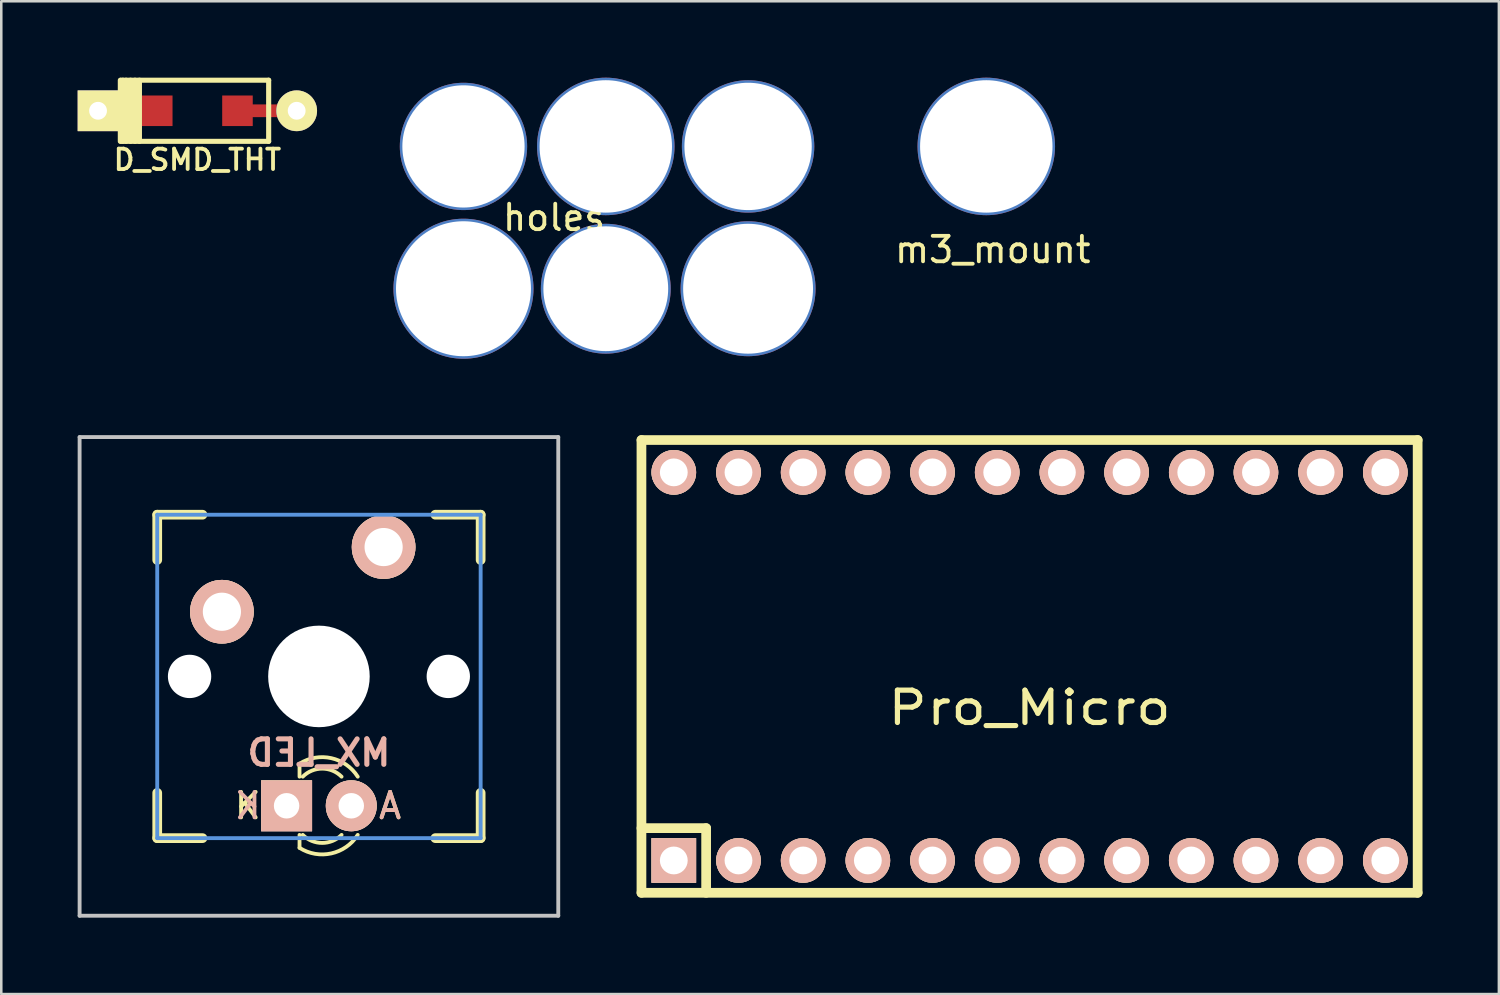
<source format=kicad_pcb>
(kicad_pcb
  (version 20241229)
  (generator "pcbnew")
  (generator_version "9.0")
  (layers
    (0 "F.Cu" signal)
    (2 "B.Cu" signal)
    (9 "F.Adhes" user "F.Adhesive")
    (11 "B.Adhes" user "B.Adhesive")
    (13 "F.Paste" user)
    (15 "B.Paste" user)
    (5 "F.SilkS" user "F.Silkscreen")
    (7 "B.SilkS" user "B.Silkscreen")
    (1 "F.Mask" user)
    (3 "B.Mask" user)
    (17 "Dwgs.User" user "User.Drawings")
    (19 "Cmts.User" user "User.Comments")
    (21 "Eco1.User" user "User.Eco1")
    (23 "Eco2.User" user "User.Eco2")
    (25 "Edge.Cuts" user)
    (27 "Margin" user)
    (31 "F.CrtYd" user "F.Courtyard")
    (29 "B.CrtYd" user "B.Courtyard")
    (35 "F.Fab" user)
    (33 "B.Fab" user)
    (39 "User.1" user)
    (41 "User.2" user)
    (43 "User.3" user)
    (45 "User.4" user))
  (footprint "m3_mount"
    (layer "F.Cu")
    (at 35.934 6.256)
    (property "Reference" "m3_mount" (at 0 0.5 0) (layer "F.SilkS") (effects (font (size 1 1) (thickness 0.15))))
    (attr through_hole)
    (pad "1" thru_hole circle (at -0.254 -3.556) (size 5.4 5.4) (drill 5.2) (layers "*.Cu" "*.Mask")))
  (footprint "D_SMD_THT"
    (layer "F.Cu")
    (at 4.7 1.3)
    (property "Reference" "D_SMD_THT" (at 0 1.925 0) (layer "F.SilkS") (effects (font (size 0.8 0.8) (thickness 0.15))))
    (attr smd)
    (fp_line (start -3.025 1.2) (end -3.025 -1.2) (stroke (width 0.2) (type solid)) (layer "F.SilkS"))
    (fp_line (start -3 -1.2) (end 2.8 -1.2) (stroke (width 0.2) (type solid)) (layer "F.SilkS"))
    (fp_line (start -2.925 -1.2) (end -2.925 1.2) (stroke (width 0.2) (type solid)) (layer "F.SilkS"))
    (fp_line (start -2.8 -1.2) (end -2.8 1.2) (stroke (width 0.2) (type solid)) (layer "F.SilkS"))
    (fp_line (start -2.625 -1.2) (end -2.625 1.2) (stroke (width 0.2) (type solid)) (layer "F.SilkS"))
    (fp_line (start -2.45 -1.2) (end -2.45 1.2) (stroke (width 0.2) (type solid)) (layer "F.SilkS"))
    (fp_line (start -2.275 -1.2) (end -2.275 1.2) (stroke (width 0.2) (type solid)) (layer "F.SilkS"))
    (fp_line (start 2.8 -1.2) (end 2.8 1.2) (stroke (width 0.2) (type solid)) (layer "F.SilkS"))
    (fp_line (start 2.8 1.2) (end -3 1.2) (stroke (width 0.2) (type solid)) (layer "F.SilkS"))
    (pad "1" thru_hole rect (at -3.9 0) (size 1.6 1.6) (drill 0.7) (layers "*.Cu" "*.Mask" "F.SilkS"))
    (pad "1" smd rect (at -2.7 0) (size 2.5 0.5) (layers "F.Cu"))
    (pad "1" smd rect (at -1.575 0) (size 1.2 1.2) (layers "F.Cu" "F.Mask" "F.Paste"))
    (pad "2" smd rect (at 1.575 0) (size 1.2 1.2) (layers "F.Cu" "F.Mask" "F.Paste"))
    (pad "2" smd rect (at 2.7 0) (size 2.5 0.5) (layers "F.Cu"))
    (pad "2" thru_hole circle (at 3.9 0) (size 1.6 1.6) (drill 0.7) (layers "*.Cu" "*.Mask" "F.SilkS")))
  (footprint "MX_LED"
    (layer "F.Cu")
    (at 9.474 23.512)
    (property "Reference" "MX_LED" (at 0 3 0) (layer "B.SilkS") (effects (font (size 1 1) (thickness 0.2)) (justify mirror)))
    (attr through_hole)
    (fp_line (start -6.35 -6.35) (end -4.572 -6.35) (stroke (width 0.381) (type solid)) (layer "F.SilkS"))
    (fp_line (start -6.35 -4.572) (end -6.35 -6.35) (stroke (width 0.381) (type solid)) (layer "F.SilkS"))
    (fp_line (start -6.35 6.35) (end -6.35 4.572) (stroke (width 0.381) (type solid)) (layer "F.SilkS"))
    (fp_line (start -4.572 6.35) (end -6.35 6.35) (stroke (width 0.381) (type solid)) (layer "F.SilkS"))
    (fp_line (start -0.762 3.429) (end -0.762 3.937) (stroke (width 0.15) (type solid)) (layer "F.SilkS"))
    (fp_line (start -0.762 6.35) (end -0.762 6.223) (stroke (width 0.15) (type solid)) (layer "F.SilkS"))
    (fp_line (start -0.762 6.731) (end -0.762 6.35) (stroke (width 0.15) (type solid)) (layer "F.SilkS"))
    (fp_line (start 4.572 -6.35) (end 6.35 -6.35) (stroke (width 0.381) (type solid)) (layer "F.SilkS"))
    (fp_line (start 6.35 -6.35) (end 6.35 -4.572) (stroke (width 0.381) (type solid)) (layer "F.SilkS"))
    (fp_line (start 6.35 4.572) (end 6.35 6.35) (stroke (width 0.381) (type solid)) (layer "F.SilkS"))
    (fp_line (start 6.35 6.35) (end 4.572 6.35) (stroke (width 0.381) (type solid)) (layer "F.SilkS"))
    (fp_arc (start -0.762 3.429) (mid 0.48621 3.209554) (end 1.524 3.937) (stroke (width 0.15) (type solid)) (layer "F.SilkS"))
    (fp_arc (start -0.635 3.937) (mid 0.127 3.621369) (end 0.889 3.937) (stroke (width 0.15) (type solid)) (layer "F.SilkS"))
    (fp_arc (start 0.889 6.223) (mid 0.127 6.538631) (end -0.635 6.223) (stroke (width 0.15) (type solid)) (layer "F.SilkS"))
    (fp_arc (start 1.524 6.223) (mid 0.48621 6.950446) (end -0.762 6.731) (stroke (width 0.15) (type solid)) (layer "F.SilkS"))
    (fp_line (start -9.398 -9.398) (end 9.398 -9.398) (stroke (width 0.152) (type solid)) (layer "Dwgs.User"))
    (fp_line (start -9.398 9.398) (end -9.398 -9.398) (stroke (width 0.152) (type solid)) (layer "Dwgs.User"))
    (fp_line (start 9.398 -9.398) (end 9.398 9.398) (stroke (width 0.152) (type solid)) (layer "Dwgs.User"))
    (fp_line (start 9.398 9.398) (end -9.398 9.398) (stroke (width 0.152) (type solid)) (layer "Dwgs.User"))
    (fp_line (start -6.35 -6.35) (end 6.35 -6.35) (stroke (width 0.152) (type solid)) (layer "Cmts.User"))
    (fp_line (start -6.35 6.35) (end -6.35 -6.35) (stroke (width 0.152) (type solid)) (layer "Cmts.User"))
    (fp_line (start 6.35 -6.35) (end 6.35 6.35) (stroke (width 0.152) (type solid)) (layer "Cmts.User"))
    (fp_line (start 6.35 6.35) (end -6.35 6.35) (stroke (width 0.152) (type solid)) (layer "Cmts.User"))
    (fp_line (start -6.985 -6.985) (end 6.985 -6.985) (stroke (width 0.152) (type solid)) (layer "Eco2.User"))
    (fp_line (start -6.985 6.985) (end -6.985 -6.985) (stroke (width 0.152) (type solid)) (layer "Eco2.User"))
    (fp_line (start 6.985 -6.985) (end 6.985 6.985) (stroke (width 0.152) (type solid)) (layer "Eco2.User"))
    (fp_line (start 6.985 6.985) (end -6.985 6.985) (stroke (width 0.152) (type solid)) (layer "Eco2.User"))
    (fp_text user "K" (at -2.794 5.08 0) (layer "F.SilkS") (effects (font (size 1 1) (thickness 0.15))))
    (fp_text user "A" (at 2.794 5.08 0) (layer "F.SilkS") (effects (font (size 1 1) (thickness 0.15))))
    (fp_text user "K" (at -2.794 5.08 0) (layer "B.SilkS") (effects (font (size 1 1) (thickness 0.15)) (justify mirror)))
    (fp_text user "A" (at 2.794 5.08 0) (layer "B.SilkS") (effects (font (size 1 1) (thickness 0.15)) (justify mirror)))
    (pad "" np_thru_hole circle (at -5.08 0) (size 1.702 1.702) (drill 1.702) (layers "*.Cu"))
    (pad "" np_thru_hole circle (at 0 0) (size 3.988 3.988) (drill 3.988) (layers "*.Cu"))
    (pad "" np_thru_hole circle (at 5.08 0) (size 1.702 1.702) (drill 1.702) (layers "*.Cu"))
    (pad "A" thru_hole circle (at 1.27 5.08) (size 2 2) (drill 1) (layers "*.Cu" "*.SilkS" "*.Mask"))
    (pad "K" thru_hole rect (at -1.27 5.08) (size 2 2) (drill 1) (layers "*.Cu" "*.SilkS" "*.Mask"))
    (pad "SW1" thru_hole circle (at -3.81 -2.54) (size 2.5 2.5) (drill 1.499) (layers "*.Cu" "*.SilkS" "*.Mask"))
    (pad "SW2" thru_hole circle (at 2.54 -5.08) (size 2.5 2.5) (drill 1.499) (layers "*.Cu" "*.SilkS" "*.Mask")))
  (footprint "holes"
    (layer "F.Cu")
    (at 17.436 6.764)
    (property "Reference" "holes" (at 1.27 -1.27 0) (layer "F.SilkS") (effects (font (size 1 1) (thickness 0.15))))
    (attr through_hole)
    (pad "1" thru_hole circle (at -2.286 -4.064) (size 5 5) (drill 4.8) (layers "*.Cu" "*.Mask"))
    (pad "2" thru_hole circle (at 3.302 1.524) (size 5.1 5.1) (drill 4.9) (layers "*.Cu" "*.Mask"))
    (pad "3" thru_hole circle (at 8.89 -4.064) (size 5.2 5.2) (drill 5) (layers "*.Cu" "*.Mask"))
    (pad "4" thru_hole circle (at 8.89 1.524) (size 5.3 5.3) (drill 5.1) (layers "*.Cu" "*.Mask"))
    (pad "5" thru_hole circle (at 3.302 -4.064) (size 5.4 5.4) (drill 5.2) (layers "*.Cu" "*.Mask"))
    (pad "6" thru_hole circle (at -2.286 1.524) (size 5.5 5.5) (drill 5.3) (layers "*.Cu" "*.Mask")))
  (footprint "Pro_Micro"
    (layer "F.Cu")
    (at 37.379 23.119)
    (property "Reference" "Pro_Micro" (at 0 1.625 0) (layer "F.SilkS") (effects (font (size 1.27 1.524) (thickness 0.203))))
    (attr through_hole)
    (fp_line (start -15.24 -8.89) (end -15.24 8.89) (stroke (width 0.381) (type solid)) (layer "F.SilkS"))
    (fp_line (start -15.24 6.35) (end -12.7 6.35) (stroke (width 0.381) (type solid)) (layer "F.SilkS"))
    (fp_line (start -15.24 8.89) (end 15.24 8.89) (stroke (width 0.381) (type solid)) (layer "F.SilkS"))
    (fp_line (start -12.7 6.35) (end -12.7 8.89) (stroke (width 0.381) (type solid)) (layer "F.SilkS"))
    (fp_line (start 15.24 -8.89) (end -15.24 -8.89) (stroke (width 0.381) (type solid)) (layer "F.SilkS"))
    (fp_line (start 15.24 8.89) (end 15.24 -8.89) (stroke (width 0.381) (type solid)) (layer "F.SilkS"))
    (pad "1" thru_hole rect (at -13.97 7.62) (size 1.753 1.753) (drill 1.092) (layers "*.Cu" "*.SilkS" "*.Mask"))
    (pad "2" thru_hole circle (at -11.43 7.62) (size 1.753 1.753) (drill 1.092) (layers "*.Cu" "*.SilkS" "*.Mask"))
    (pad "3" thru_hole circle (at -8.89 7.62) (size 1.753 1.753) (drill 1.092) (layers "*.Cu" "*.SilkS" "*.Mask"))
    (pad "4" thru_hole circle (at -6.35 7.62) (size 1.753 1.753) (drill 1.092) (layers "*.Cu" "*.SilkS" "*.Mask"))
    (pad "5" thru_hole circle (at -3.81 7.62) (size 1.753 1.753) (drill 1.092) (layers "*.Cu" "*.SilkS" "*.Mask"))
    (pad "6" thru_hole circle (at -1.27 7.62) (size 1.753 1.753) (drill 1.092) (layers "*.Cu" "*.SilkS" "*.Mask"))
    (pad "7" thru_hole circle (at 1.27 7.62) (size 1.753 1.753) (drill 1.092) (layers "*.Cu" "*.SilkS" "*.Mask"))
    (pad "8" thru_hole circle (at 3.81 7.62) (size 1.753 1.753) (drill 1.092) (layers "*.Cu" "*.SilkS" "*.Mask"))
    (pad "9" thru_hole circle (at 6.35 7.62) (size 1.753 1.753) (drill 1.092) (layers "*.Cu" "*.SilkS" "*.Mask"))
    (pad "10" thru_hole circle (at 8.89 7.62) (size 1.753 1.753) (drill 1.092) (layers "*.Cu" "*.SilkS" "*.Mask"))
    (pad "11" thru_hole circle (at 11.43 7.62) (size 1.753 1.753) (drill 1.092) (layers "*.Cu" "*.SilkS" "*.Mask"))
    (pad "12" thru_hole circle (at 13.97 7.62) (size 1.753 1.753) (drill 1.092) (layers "*.Cu" "*.SilkS" "*.Mask"))
    (pad "13" thru_hole circle (at -13.97 -7.62) (size 1.753 1.753) (drill 1.092) (layers "*.Cu" "*.SilkS" "*.Mask"))
    (pad "14" thru_hole circle (at -11.43 -7.62) (size 1.753 1.753) (drill 1.092) (layers "*.Cu" "*.SilkS" "*.Mask"))
    (pad "15" thru_hole circle (at -8.89 -7.62) (size 1.753 1.753) (drill 1.092) (layers "*.Cu" "*.SilkS" "*.Mask"))
    (pad "16" thru_hole circle (at -6.35 -7.62) (size 1.753 1.753) (drill 1.092) (layers "*.Cu" "*.SilkS" "*.Mask"))
    (pad "17" thru_hole circle (at -3.81 -7.62) (size 1.753 1.753) (drill 1.092) (layers "*.Cu" "*.SilkS" "*.Mask"))
    (pad "18" thru_hole circle (at -1.27 -7.62) (size 1.753 1.753) (drill 1.092) (layers "*.Cu" "*.SilkS" "*.Mask"))
    (pad "19" thru_hole circle (at 1.27 -7.62) (size 1.753 1.753) (drill 1.092) (layers "*.Cu" "*.SilkS" "*.Mask"))
    (pad "20" thru_hole circle (at 3.81 -7.62) (size 1.753 1.753) (drill 1.092) (layers "*.Cu" "*.SilkS" "*.Mask"))
    (pad "21" thru_hole circle (at 6.35 -7.62) (size 1.753 1.753) (drill 1.092) (layers "*.Cu" "*.SilkS" "*.Mask"))
    (pad "22" thru_hole circle (at 8.89 -7.62) (size 1.753 1.753) (drill 1.092) (layers "*.Cu" "*.SilkS" "*.Mask"))
    (pad "23" thru_hole circle (at 11.43 -7.62) (size 1.753 1.753) (drill 1.092) (layers "*.Cu" "*.SilkS" "*.Mask"))
    (pad "24" thru_hole circle (at 13.97 -7.62) (size 1.753 1.753) (drill 1.092) (layers "*.Cu" "*.SilkS" "*.Mask")))
  (gr_rect
    (start -3 -3)
    (end 55.809 35.986)
    (stroke (width 0.1) (type default))
    (fill no)
    (layer "Edge.Cuts")))
</source>
